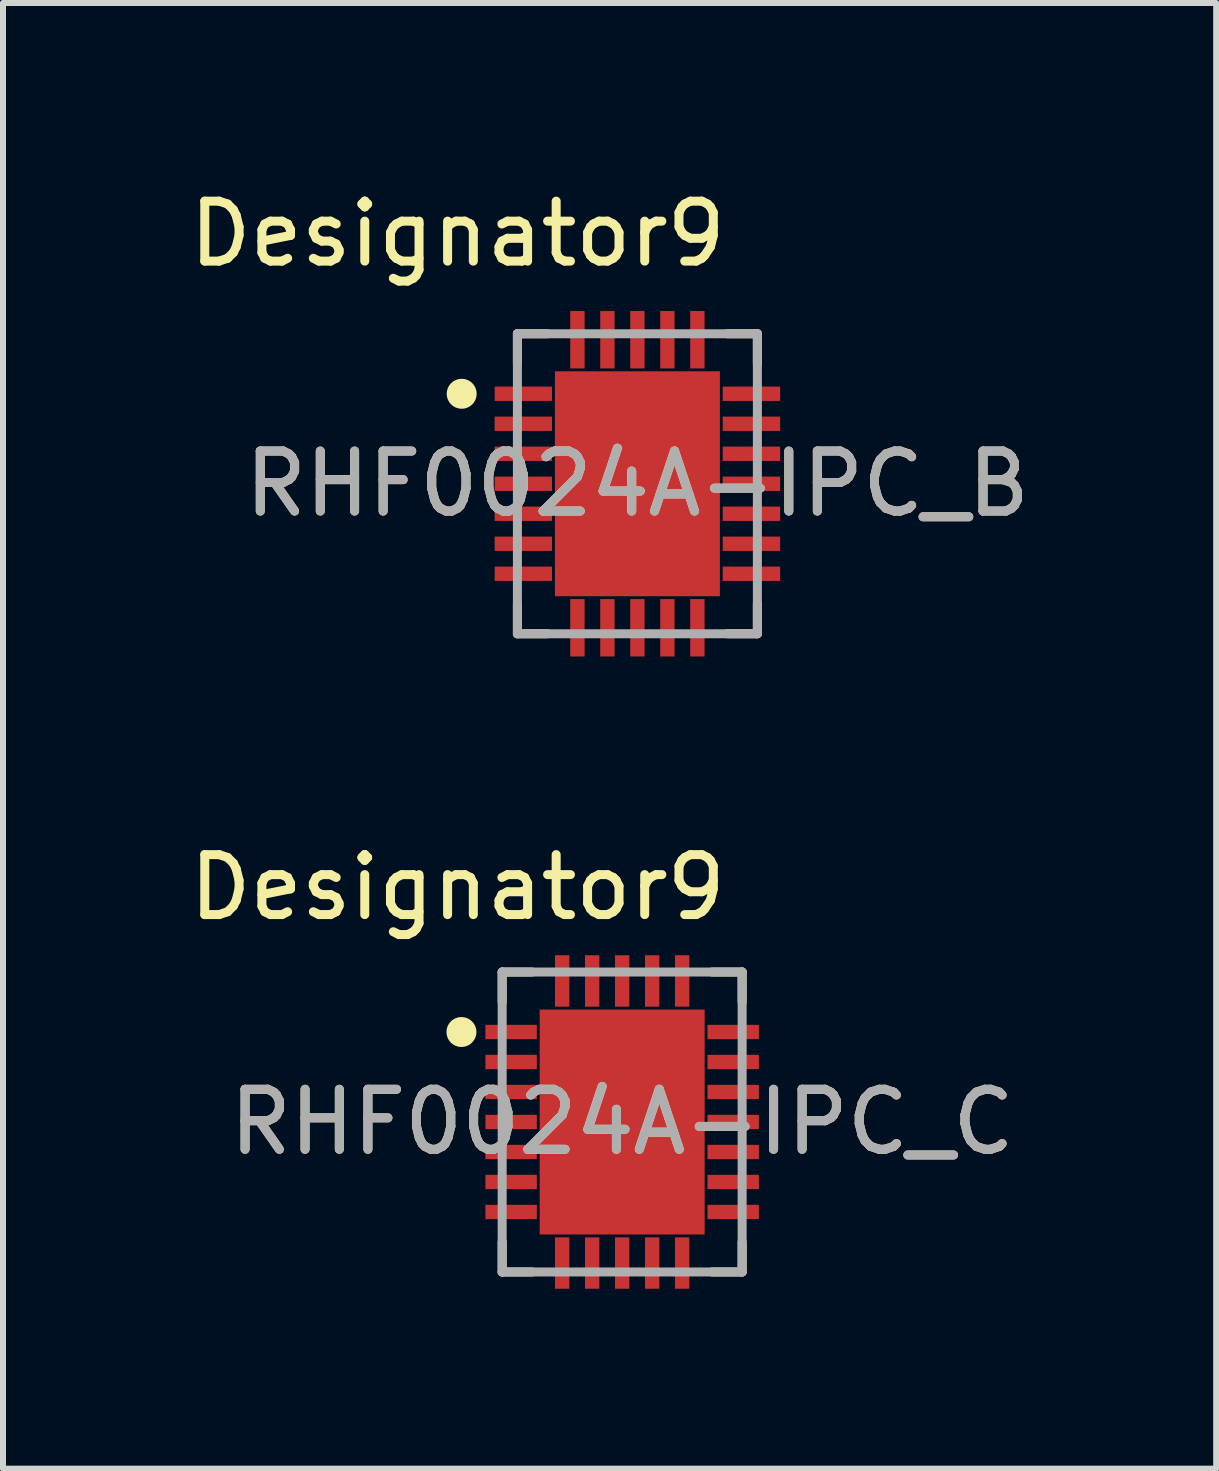
<source format=kicad_pcb>
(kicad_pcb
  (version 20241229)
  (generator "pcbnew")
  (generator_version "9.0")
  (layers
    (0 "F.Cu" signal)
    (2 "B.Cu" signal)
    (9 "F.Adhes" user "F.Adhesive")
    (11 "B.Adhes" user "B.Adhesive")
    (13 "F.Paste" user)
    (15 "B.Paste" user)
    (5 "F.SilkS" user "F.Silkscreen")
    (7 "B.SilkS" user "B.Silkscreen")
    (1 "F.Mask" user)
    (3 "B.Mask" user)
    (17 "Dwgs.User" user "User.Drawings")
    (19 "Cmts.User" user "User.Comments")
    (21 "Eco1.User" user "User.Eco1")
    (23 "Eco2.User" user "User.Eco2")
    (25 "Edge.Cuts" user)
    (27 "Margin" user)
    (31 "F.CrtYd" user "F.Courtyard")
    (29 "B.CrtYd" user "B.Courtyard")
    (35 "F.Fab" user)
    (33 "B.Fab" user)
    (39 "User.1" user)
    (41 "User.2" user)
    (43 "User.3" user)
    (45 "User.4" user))
  (footprint "RHF0024A-IPC_B"
    (layer "F.Cu")
    (at 7.575 5.014)
    (property "Reference" "RHF0024A-IPC_B" (at 0 0 0) (unlocked yes) (layer "F.SilkS") (effects (font (size 1 1) (thickness 0.15))))
    (attr smd)
    (fp_line (start -2 -2.5) (end -1.5 -2.5) (stroke (width 0.15) (type solid)) (layer "F.SilkS"))
    (fp_line (start -2 -2) (end -2 -2.5) (stroke (width 0.15) (type solid)) (layer "F.SilkS"))
    (fp_line (start -2 2.5) (end -2 2) (stroke (width 0.15) (type solid)) (layer "F.SilkS"))
    (fp_line (start -2 2.5) (end -1.5 2.5) (stroke (width 0.15) (type solid)) (layer "F.SilkS"))
    (fp_line (start 1.5 -2.5) (end 2 -2.5) (stroke (width 0.15) (type solid)) (layer "F.SilkS"))
    (fp_line (start 1.5 2.5) (end 2 2.5) (stroke (width 0.15) (type solid)) (layer "F.SilkS"))
    (fp_line (start 2 -2) (end 2 -2.5) (stroke (width 0.15) (type solid)) (layer "F.SilkS"))
    (fp_line (start 2 2.5) (end 2 2) (stroke (width 0.15) (type solid)) (layer "F.SilkS"))
    (fp_circle (center -2.929 -1.5) (end -2.804 -1.5) (stroke (width 0.25) (type solid)) (fill no) (layer "F.SilkS"))
    (fp_poly (pts (xy -0.796 1.296) (xy 0.796 1.296) (xy 0.796 -1.296) (xy -0.796 -1.296)) (stroke (width 0) (type solid)) (fill yes) (layer "F.Paste"))
    (fp_line (start -2 -2.5) (end 2 -2.5) (stroke (width 0.15) (type solid)) (layer "F.Fab"))
    (fp_line (start -2 2.5) (end -2 -2.5) (stroke (width 0.15) (type solid)) (layer "F.Fab"))
    (fp_line (start -2 2.5) (end 2 2.5) (stroke (width 0.15) (type solid)) (layer "F.Fab"))
    (fp_line (start 2 2.5) (end 2 -2.5) (stroke (width 0.15) (type solid)) (layer "F.Fab"))
    (fp_text user "Designator9" (at -2.997 -4.166 0) (unlocked yes) (layer "F.SilkS") (effects (font (size 1 1) (thickness 0.15))))
    (fp_text user "${REFERENCE}" (at 0 0 0) (unlocked yes) (layer "F.Fab") (effects (font (size 1 1) (thickness 0.15))))
    (pad "1" smd rect (at -1.901 -1.5 90) (size 0.239 0.957) (layers "F.Cu" "F.Mask" "F.Paste"))
    (pad "2" smd rect (at -1.901 -1 90) (size 0.239 0.957) (layers "F.Cu" "F.Mask" "F.Paste"))
    (pad "3" smd rect (at -1.901 -0.5 90) (size 0.239 0.957) (layers "F.Cu" "F.Mask" "F.Paste"))
    (pad "4" smd rect (at -1.901 0 90) (size 0.239 0.957) (layers "F.Cu" "F.Mask" "F.Paste"))
    (pad "5" smd rect (at -1.901 0.5 90) (size 0.239 0.957) (layers "F.Cu" "F.Mask" "F.Paste"))
    (pad "6" smd rect (at -1.901 1 90) (size 0.239 0.957) (layers "F.Cu" "F.Mask" "F.Paste"))
    (pad "7" smd rect (at -1.901 1.5 90) (size 0.239 0.957) (layers "F.Cu" "F.Mask" "F.Paste"))
    (pad "8" smd rect (at -1 2.401) (size 0.239 0.957) (layers "F.Cu" "F.Mask" "F.Paste"))
    (pad "9" smd rect (at -0.5 2.401) (size 0.239 0.957) (layers "F.Cu" "F.Mask" "F.Paste"))
    (pad "10" smd rect (at 0 2.401) (size 0.239 0.957) (layers "F.Cu" "F.Mask" "F.Paste"))
    (pad "11" smd rect (at 0.5 2.401) (size 0.239 0.957) (layers "F.Cu" "F.Mask" "F.Paste"))
    (pad "12" smd rect (at 1 2.401) (size 0.239 0.957) (layers "F.Cu" "F.Mask" "F.Paste"))
    (pad "13" smd rect (at 1.901 1.5 90) (size 0.239 0.957) (layers "F.Cu" "F.Mask" "F.Paste"))
    (pad "14" smd rect (at 1.901 1 90) (size 0.239 0.957) (layers "F.Cu" "F.Mask" "F.Paste"))
    (pad "15" smd rect (at 1.901 0.5 90) (size 0.239 0.957) (layers "F.Cu" "F.Mask" "F.Paste"))
    (pad "16" smd rect (at 1.901 0 90) (size 0.239 0.957) (layers "F.Cu" "F.Mask" "F.Paste"))
    (pad "17" smd rect (at 1.901 -0.5 90) (size 0.239 0.957) (layers "F.Cu" "F.Mask" "F.Paste"))
    (pad "18" smd rect (at 1.901 -1 90) (size 0.239 0.957) (layers "F.Cu" "F.Mask" "F.Paste"))
    (pad "19" smd rect (at 1.901 -1.5 90) (size 0.239 0.957) (layers "F.Cu" "F.Mask" "F.Paste"))
    (pad "20" smd rect (at 1 -2.401) (size 0.239 0.957) (layers "F.Cu" "F.Mask" "F.Paste"))
    (pad "21" smd rect (at 0.5 -2.401) (size 0.239 0.957) (layers "F.Cu" "F.Mask" "F.Paste"))
    (pad "22" smd rect (at 0 -2.401) (size 0.239 0.957) (layers "F.Cu" "F.Mask" "F.Paste"))
    (pad "23" smd rect (at -0.5 -2.401) (size 0.239 0.957) (layers "F.Cu" "F.Mask" "F.Paste"))
    (pad "24" smd rect (at -1 -2.401) (size 0.239 0.957) (layers "F.Cu" "F.Mask" "F.Paste"))
    (pad "25" smd rect (at 0 0) (size 2.75 3.75) (layers "F.Cu" "F.Mask")))
  (footprint "RHF0024A-IPC_C"
    (layer "F.Cu")
    (at 7.321 15.653)
    (property "Reference" "RHF0024A-IPC_C" (at 0 0 0) (unlocked yes) (layer "F.SilkS") (effects (font (size 1 1) (thickness 0.15))))
    (attr smd)
    (fp_line (start -2 -2.5) (end -1.5 -2.5) (stroke (width 0.15) (type solid)) (layer "F.SilkS"))
    (fp_line (start -2 -2) (end -2 -2.5) (stroke (width 0.15) (type solid)) (layer "F.SilkS"))
    (fp_line (start -2 2.5) (end -2 2) (stroke (width 0.15) (type solid)) (layer "F.SilkS"))
    (fp_line (start -2 2.5) (end -1.5 2.5) (stroke (width 0.15) (type solid)) (layer "F.SilkS"))
    (fp_line (start 1.5 -2.5) (end 2 -2.5) (stroke (width 0.15) (type solid)) (layer "F.SilkS"))
    (fp_line (start 1.5 2.5) (end 2 2.5) (stroke (width 0.15) (type solid)) (layer "F.SilkS"))
    (fp_line (start 2 -2) (end 2 -2.5) (stroke (width 0.15) (type solid)) (layer "F.SilkS"))
    (fp_line (start 2 2.5) (end 2 2) (stroke (width 0.15) (type solid)) (layer "F.SilkS"))
    (fp_circle (center -2.679 -1.5) (end -2.554 -1.5) (stroke (width 0.25) (type solid)) (fill no) (layer "F.SilkS"))
    (fp_poly (pts (xy -0.796 1.296) (xy 0.796 1.296) (xy 0.796 -1.296) (xy -0.796 -1.296)) (stroke (width 0) (type solid)) (fill yes) (layer "F.Paste"))
    (fp_line (start -2 -2.5) (end 2 -2.5) (stroke (width 0.15) (type solid)) (layer "F.Fab"))
    (fp_line (start -2 2.5) (end -2 -2.5) (stroke (width 0.15) (type solid)) (layer "F.Fab"))
    (fp_line (start -2 2.5) (end 2 2.5) (stroke (width 0.15) (type solid)) (layer "F.Fab"))
    (fp_line (start 2 2.5) (end 2 -2.5) (stroke (width 0.15) (type solid)) (layer "F.Fab"))
    (fp_text user "Designator9" (at -2.743 -3.912 0) (unlocked yes) (layer "F.SilkS") (effects (font (size 1 1) (thickness 0.15))))
    (fp_text user "${REFERENCE}" (at 0 0 0) (unlocked yes) (layer "F.Fab") (effects (font (size 1 1) (thickness 0.15))))
    (pad "1" smd rect (at -1.851 -1.5 90) (size 0.239 0.857) (layers "F.Cu" "F.Mask" "F.Paste"))
    (pad "2" smd rect (at -1.851 -1 90) (size 0.239 0.857) (layers "F.Cu" "F.Mask" "F.Paste"))
    (pad "3" smd rect (at -1.851 -0.5 90) (size 0.239 0.857) (layers "F.Cu" "F.Mask" "F.Paste"))
    (pad "4" smd rect (at -1.851 0 90) (size 0.239 0.857) (layers "F.Cu" "F.Mask" "F.Paste"))
    (pad "5" smd rect (at -1.851 0.5 90) (size 0.239 0.857) (layers "F.Cu" "F.Mask" "F.Paste"))
    (pad "6" smd rect (at -1.851 1 90) (size 0.239 0.857) (layers "F.Cu" "F.Mask" "F.Paste"))
    (pad "7" smd rect (at -1.851 1.5 90) (size 0.239 0.857) (layers "F.Cu" "F.Mask" "F.Paste"))
    (pad "8" smd rect (at -1 2.351) (size 0.239 0.857) (layers "F.Cu" "F.Mask" "F.Paste"))
    (pad "9" smd rect (at -0.5 2.351) (size 0.239 0.857) (layers "F.Cu" "F.Mask" "F.Paste"))
    (pad "10" smd rect (at 0 2.351) (size 0.239 0.857) (layers "F.Cu" "F.Mask" "F.Paste"))
    (pad "11" smd rect (at 0.5 2.351) (size 0.239 0.857) (layers "F.Cu" "F.Mask" "F.Paste"))
    (pad "12" smd rect (at 1 2.351) (size 0.239 0.857) (layers "F.Cu" "F.Mask" "F.Paste"))
    (pad "13" smd rect (at 1.851 1.5 90) (size 0.239 0.857) (layers "F.Cu" "F.Mask" "F.Paste"))
    (pad "14" smd rect (at 1.851 1 90) (size 0.239 0.857) (layers "F.Cu" "F.Mask" "F.Paste"))
    (pad "15" smd rect (at 1.851 0.5 90) (size 0.239 0.857) (layers "F.Cu" "F.Mask" "F.Paste"))
    (pad "16" smd rect (at 1.851 0 90) (size 0.239 0.857) (layers "F.Cu" "F.Mask" "F.Paste"))
    (pad "17" smd rect (at 1.851 -0.5 90) (size 0.239 0.857) (layers "F.Cu" "F.Mask" "F.Paste"))
    (pad "18" smd rect (at 1.851 -1 90) (size 0.239 0.857) (layers "F.Cu" "F.Mask" "F.Paste"))
    (pad "19" smd rect (at 1.851 -1.5 90) (size 0.239 0.857) (layers "F.Cu" "F.Mask" "F.Paste"))
    (pad "20" smd rect (at 1 -2.351) (size 0.239 0.857) (layers "F.Cu" "F.Mask" "F.Paste"))
    (pad "21" smd rect (at 0.5 -2.351) (size 0.239 0.857) (layers "F.Cu" "F.Mask" "F.Paste"))
    (pad "22" smd rect (at 0 -2.351) (size 0.239 0.857) (layers "F.Cu" "F.Mask" "F.Paste"))
    (pad "23" smd rect (at -0.5 -2.351) (size 0.239 0.857) (layers "F.Cu" "F.Mask" "F.Paste"))
    (pad "24" smd rect (at -1 -2.351) (size 0.239 0.857) (layers "F.Cu" "F.Mask" "F.Paste"))
    (pad "25" smd rect (at 0 0) (size 2.75 3.75) (layers "F.Cu" "F.Mask")))
  (gr_rect
    (start -3 -3)
    (end 17.223 21.432)
    (stroke (width 0.1) (type default))
    (fill no)
    (layer "Edge.Cuts")))
</source>
